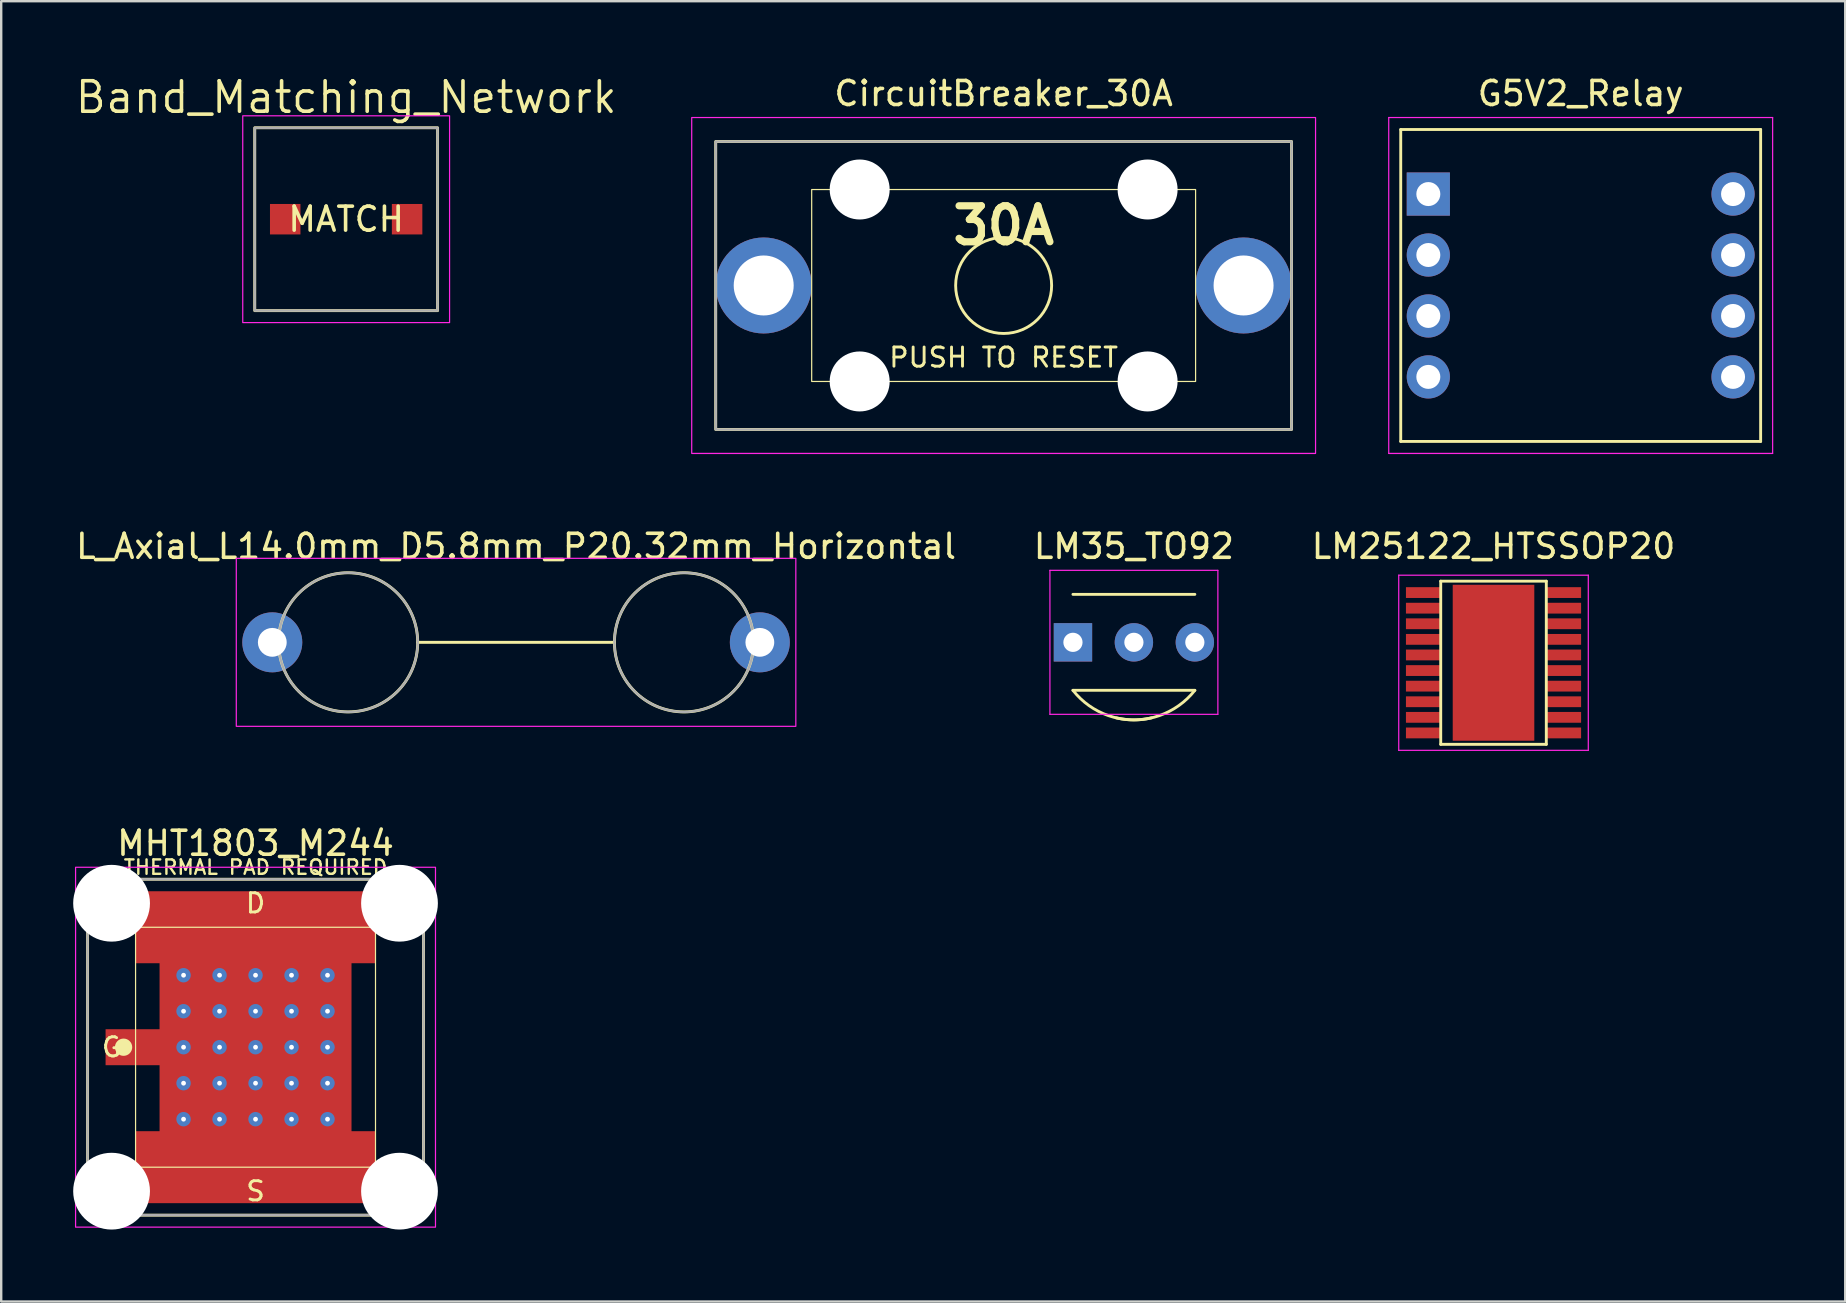
<source format=kicad_pcb>
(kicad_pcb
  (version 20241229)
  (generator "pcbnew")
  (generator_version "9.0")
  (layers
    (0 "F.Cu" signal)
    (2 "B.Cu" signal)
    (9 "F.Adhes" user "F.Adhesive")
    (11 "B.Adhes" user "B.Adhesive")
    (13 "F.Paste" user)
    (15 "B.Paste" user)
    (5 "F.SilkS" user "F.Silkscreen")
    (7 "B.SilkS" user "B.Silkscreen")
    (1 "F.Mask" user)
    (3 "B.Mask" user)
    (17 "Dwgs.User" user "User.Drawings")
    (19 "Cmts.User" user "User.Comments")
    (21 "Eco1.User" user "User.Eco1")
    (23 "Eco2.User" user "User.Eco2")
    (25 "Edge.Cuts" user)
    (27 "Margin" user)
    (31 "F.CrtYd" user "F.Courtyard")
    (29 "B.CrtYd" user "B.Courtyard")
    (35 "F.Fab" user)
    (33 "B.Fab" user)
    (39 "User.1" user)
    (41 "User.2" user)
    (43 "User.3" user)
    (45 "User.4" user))
  (footprint "LM35_TO92"
    (layer "F.Cu")
    (at 44.208 23.721)
    (property "Reference" "LM35_TO92" (at 0 -4 0) (layer "F.SilkS") (effects (font (size 1 1) (thickness 0.15))))
    (attr through_hole)
    (fp_line (start -2.54 -2) (end 2.54 -2) (stroke (width 0.12) (type solid)) (layer "F.SilkS"))
    (fp_line (start -2.54 2) (end 2.54 2) (stroke (width 0.12) (type solid)) (layer "F.SilkS"))
    (fp_arc (start 0.739165 3.147258) (mid -1.067615 3.051524) (end -2.54 2) (stroke (width 0.12) (type solid)) (layer "F.SilkS"))
    (fp_arc (start 2.54 2) (mid 1.067615 3.051524) (end -0.739165 3.147258) (stroke (width 0.12) (type solid)) (layer "F.SilkS"))
    (fp_line (start -3.5 -3) (end 3.5 -3) (stroke (width 0.05) (type solid)) (layer "F.CrtYd"))
    (fp_line (start -3.5 3) (end -3.5 -3) (stroke (width 0.05) (type solid)) (layer "F.CrtYd"))
    (fp_line (start 3.5 -3) (end 3.5 3) (stroke (width 0.05) (type solid)) (layer "F.CrtYd"))
    (fp_line (start 3.5 3) (end -3.5 3) (stroke (width 0.05) (type solid)) (layer "F.CrtYd"))
    (pad "1" thru_hole rect (at -2.54 0) (size 1.6 1.6) (drill 0.8) (layers "*.Cu" "*.Mask"))
    (pad "2" thru_hole circle (at 0 0) (size 1.6 1.6) (drill 0.8) (layers "*.Cu" "*.Mask"))
    (pad "3" thru_hole circle (at 2.54 0) (size 1.6 1.6) (drill 0.8) (layers "*.Cu" "*.Mask")))
  (footprint "CircuitBreaker_30A"
    (layer "F.Cu")
    (at 38.779 8.848)
    (property "Reference" "CircuitBreaker_30A" (at 0 -8 0) (layer "F.SilkS") (effects (font (size 1 1) (thickness 0.15))))
    (attr through_hole)
    (fp_rect (start -12 -6) (end 12 6) (stroke (width 0.12) (type solid)) (fill no) (layer "F.SilkS"))
    (fp_rect (start -8 -4) (end 8 4) (stroke (width 0.05) (type solid)) (fill no) (layer "F.SilkS"))
    (fp_circle (center 0 0) (end 2 0) (stroke (width 0.12) (type solid)) (fill no) (layer "F.SilkS"))
    (fp_rect (start -13 -7) (end 13 7) (stroke (width 0.05) (type solid)) (fill no) (layer "F.CrtYd"))
    (fp_rect (start -12 -6) (end 12 6) (stroke (width 0.1) (type solid)) (fill no) (layer "F.Fab"))
    (fp_text user "30A" (at 0 -2.5 0) (layer "F.SilkS") (effects (font (size 1.5 1.5) (thickness 0.3) (bold yes))))
    (fp_text user "PUSH TO RESET" (at 0 3 0) (layer "F.SilkS") (effects (font (size 0.8 0.8) (thickness 0.12))))
    (pad "" np_thru_hole circle (at -6 -4) (size 2.5 2.5) (drill 2.5) (layers "*.Cu" "*.Mask"))
    (pad "" np_thru_hole circle (at -6 4) (size 2.5 2.5) (drill 2.5) (layers "*.Cu" "*.Mask"))
    (pad "" np_thru_hole circle (at 6 -4) (size 2.5 2.5) (drill 2.5) (layers "*.Cu" "*.Mask"))
    (pad "" np_thru_hole circle (at 6 4) (size 2.5 2.5) (drill 2.5) (layers "*.Cu" "*.Mask"))
    (pad "1" thru_hole circle (at -10 0) (size 4 4) (drill 2.5) (layers "*.Cu" "*.Mask"))
    (pad "2" thru_hole circle (at 10 0) (size 4 4) (drill 2.5) (layers "*.Cu" "*.Mask")))
  (footprint "LM25122_HTSSOP20"
    (layer "F.Cu")
    (at 59.196 24.572)
    (property "Reference" "LM25122_HTSSOP20" (at 0 -4.85 0) (layer "F.SilkS") (effects (font (size 1 1) (thickness 0.15))))
    (attr smd)
    (fp_line (start -2.2 -3.4) (end 2.2 -3.4) (stroke (width 0.12) (type solid)) (layer "F.SilkS"))
    (fp_line (start -2.2 3.4) (end -2.2 -3.4) (stroke (width 0.12) (type solid)) (layer "F.SilkS"))
    (fp_line (start 2.2 -3.4) (end 2.2 3.4) (stroke (width 0.12) (type solid)) (layer "F.SilkS"))
    (fp_line (start 2.2 3.4) (end -2.2 3.4) (stroke (width 0.12) (type solid)) (layer "F.SilkS"))
    (fp_line (start -3.95 -3.65) (end 3.95 -3.65) (stroke (width 0.05) (type solid)) (layer "F.CrtYd"))
    (fp_line (start -3.95 3.65) (end -3.95 -3.65) (stroke (width 0.05) (type solid)) (layer "F.CrtYd"))
    (fp_line (start 3.95 -3.65) (end 3.95 3.65) (stroke (width 0.05) (type solid)) (layer "F.CrtYd"))
    (fp_line (start 3.95 3.65) (end -3.95 3.65) (stroke (width 0.05) (type solid)) (layer "F.CrtYd"))
    (pad "1" smd rect (at -2.925 -2.925) (size 1.45 0.45) (layers "F.Cu" "F.Mask" "F.Paste"))
    (pad "2" smd rect (at -2.925 -2.275) (size 1.45 0.45) (layers "F.Cu" "F.Mask" "F.Paste"))
    (pad "3" smd rect (at -2.925 -1.625) (size 1.45 0.45) (layers "F.Cu" "F.Mask" "F.Paste"))
    (pad "4" smd rect (at -2.925 -0.975) (size 1.45 0.45) (layers "F.Cu" "F.Mask" "F.Paste"))
    (pad "5" smd rect (at -2.925 -0.325) (size 1.45 0.45) (layers "F.Cu" "F.Mask" "F.Paste"))
    (pad "6" smd rect (at -2.925 0.325) (size 1.45 0.45) (layers "F.Cu" "F.Mask" "F.Paste"))
    (pad "7" smd rect (at -2.925 0.975) (size 1.45 0.45) (layers "F.Cu" "F.Mask" "F.Paste"))
    (pad "8" smd rect (at -2.925 1.625) (size 1.45 0.45) (layers "F.Cu" "F.Mask" "F.Paste"))
    (pad "9" smd rect (at -2.925 2.275) (size 1.45 0.45) (layers "F.Cu" "F.Mask" "F.Paste"))
    (pad "10" smd rect (at -2.925 2.925) (size 1.45 0.45) (layers "F.Cu" "F.Mask" "F.Paste"))
    (pad "11" smd rect (at 2.925 2.925) (size 1.45 0.45) (layers "F.Cu" "F.Mask" "F.Paste"))
    (pad "12" smd rect (at 2.925 2.275) (size 1.45 0.45) (layers "F.Cu" "F.Mask" "F.Paste"))
    (pad "13" smd rect (at 2.925 1.625) (size 1.45 0.45) (layers "F.Cu" "F.Mask" "F.Paste"))
    (pad "14" smd rect (at 2.925 0.975) (size 1.45 0.45) (layers "F.Cu" "F.Mask" "F.Paste"))
    (pad "15" smd rect (at 2.925 0.325) (size 1.45 0.45) (layers "F.Cu" "F.Mask" "F.Paste"))
    (pad "16" smd rect (at 2.925 -0.325) (size 1.45 0.45) (layers "F.Cu" "F.Mask" "F.Paste"))
    (pad "17" smd rect (at 2.925 -0.975) (size 1.45 0.45) (layers "F.Cu" "F.Mask" "F.Paste"))
    (pad "18" smd rect (at 2.925 -1.625) (size 1.45 0.45) (layers "F.Cu" "F.Mask" "F.Paste"))
    (pad "19" smd rect (at 2.925 -2.275) (size 1.45 0.45) (layers "F.Cu" "F.Mask" "F.Paste"))
    (pad "20" smd rect (at 2.925 -2.925) (size 1.45 0.45) (layers "F.Cu" "F.Mask" "F.Paste"))
    (pad "21" smd rect (at 0 0) (size 3.4 6.5) (layers "F.Cu" "F.Mask" "F.Paste")))
  (footprint "L_Axial_L14.0mm_D5.8mm_P20.32mm_Horizontal"
    (layer "F.Cu")
    (at 8.298 23.721)
    (property "Reference" "L_Axial_L14.0mm_D5.8mm_P20.32mm_Horizontal" (at 10.16 -4 0) (layer "F.SilkS") (effects (font (size 1 1) (thickness 0.15))))
    (attr through_hole)
    (fp_line (start 6.06 0) (end 14.26 0) (stroke (width 0.12) (type solid)) (layer "F.SilkS"))
    (fp_circle (center 3.16 0) (end 6.06 0) (stroke (width 0.12) (type solid)) (fill no) (layer "F.SilkS"))
    (fp_circle (center 17.16 0) (end 20.06 0) (stroke (width 0.12) (type solid)) (fill no) (layer "F.SilkS"))
    (fp_rect (start -1.5 -3.5) (end 21.82 3.5) (stroke (width 0.05) (type solid)) (fill no) (layer "F.CrtYd"))
    (fp_circle (center 3.16 0) (end 6.06 0) (stroke (width 0.1) (type solid)) (fill no) (layer "F.Fab"))
    (fp_circle (center 17.16 0) (end 20.06 0) (stroke (width 0.1) (type solid)) (fill no) (layer "F.Fab"))
    (pad "1" thru_hole circle (at 0 0) (size 2.5 2.5) (drill 1.2) (layers "*.Cu" "*.Mask"))
    (pad "2" thru_hole circle (at 20.32 0) (size 2.5 2.5) (drill 1.2) (layers "*.Cu" "*.Mask")))
  (footprint "G5V2_Relay"
    (layer "F.Cu")
    (at 62.829 8.848)
    (property "Reference" "G5V2_Relay" (at 0 -8 0) (layer "F.SilkS") (effects (font (size 1 1) (thickness 0.15))))
    (attr through_hole)
    (fp_line (start -7.5 -6.5) (end 7.5 -6.5) (stroke (width 0.12) (type solid)) (layer "F.SilkS"))
    (fp_line (start -7.5 6.5) (end -7.5 -6.5) (stroke (width 0.12) (type solid)) (layer "F.SilkS"))
    (fp_line (start 7.5 -6.5) (end 7.5 6.5) (stroke (width 0.12) (type solid)) (layer "F.SilkS"))
    (fp_line (start 7.5 6.5) (end -7.5 6.5) (stroke (width 0.12) (type solid)) (layer "F.SilkS"))
    (fp_line (start -8 -7) (end 8 -7) (stroke (width 0.05) (type solid)) (layer "F.CrtYd"))
    (fp_line (start -8 7) (end -8 -7) (stroke (width 0.05) (type solid)) (layer "F.CrtYd"))
    (fp_line (start 8 -7) (end 8 7) (stroke (width 0.05) (type solid)) (layer "F.CrtYd"))
    (fp_line (start 8 7) (end -8 7) (stroke (width 0.05) (type solid)) (layer "F.CrtYd"))
    (pad "1" thru_hole rect (at -6.35 -3.81) (size 1.8 1.8) (drill 1) (layers "*.Cu" "*.Mask"))
    (pad "2" thru_hole circle (at -6.35 -1.27) (size 1.8 1.8) (drill 1) (layers "*.Cu" "*.Mask"))
    (pad "3" thru_hole circle (at -6.35 1.27) (size 1.8 1.8) (drill 1) (layers "*.Cu" "*.Mask"))
    (pad "4" thru_hole circle (at -6.35 3.81) (size 1.8 1.8) (drill 1) (layers "*.Cu" "*.Mask"))
    (pad "5" thru_hole circle (at 6.35 3.81) (size 1.8 1.8) (drill 1) (layers "*.Cu" "*.Mask"))
    (pad "6" thru_hole circle (at 6.35 1.27) (size 1.8 1.8) (drill 1) (layers "*.Cu" "*.Mask"))
    (pad "7" thru_hole circle (at 6.35 -1.27) (size 1.8 1.8) (drill 1) (layers "*.Cu" "*.Mask"))
    (pad "8" thru_hole circle (at 6.35 -3.81) (size 1.8 1.8) (drill 1) (layers "*.Cu" "*.Mask")))
  (footprint "Band_Matching_Network"
    (layer "F.Cu")
    (at 11.377 6.086)
    (property "Reference" "Band_Matching_Network" (at 0 -5.08 0) (layer "F.SilkS") (effects (font (size 1.27 1.27) (thickness 0.15))))
    (attr smd)
    (fp_rect (start -3.81 -3.81) (end 3.81 3.81) (stroke (width 0.12) (type solid)) (fill no) (layer "F.SilkS"))
    (fp_rect (start -4.31 -4.31) (end 4.31 4.31) (stroke (width 0.05) (type solid)) (fill no) (layer "F.CrtYd"))
    (fp_rect (start -3.81 -3.81) (end 3.81 3.81) (stroke (width 0.1) (type solid)) (fill no) (layer "F.Fab"))
    (fp_text user "MATCH" (at 0 0 0) (layer "F.SilkS") (effects (font (size 1 1) (thickness 0.15))))
    (pad "1" smd rect (at -2.54 0) (size 1.27 1.27) (layers "F.Cu" "F.Mask" "F.Paste"))
    (pad "2" smd rect (at 2.54 0) (size 1.27 1.27) (layers "F.Cu" "F.Mask" "F.Paste")))
  (footprint "MHT1803_M244"
    (layer "F.Cu")
    (at 7.6 40.595)
    (property "Reference" "MHT1803_M244" (at 0 -8.5 0) (layer "F.SilkS") (effects (font (size 1 1) (thickness 0.15))))
    (attr smd)
    (fp_rect (start -7 -7) (end 7 7) (stroke (width 0.12) (type solid)) (fill no) (layer "F.SilkS"))
    (fp_rect (start -5 -5) (end 5 5) (stroke (width 0.05) (type solid)) (fill no) (layer "F.SilkS"))
    (fp_circle (center -5.5 0) (end -5.2 0) (stroke (width 0.12) (type solid)) (fill yes) (layer "F.SilkS"))
    (fp_rect (start -7.5 -7.5) (end 7.5 7.5) (stroke (width 0.05) (type solid)) (fill no) (layer "F.CrtYd"))
    (fp_rect (start -7 -7) (end 7 7) (stroke (width 0.1) (type solid)) (fill no) (layer "F.Fab"))
    (fp_text user "D" (at 0 -6 0) (layer "F.SilkS") (effects (font (size 0.8 0.8) (thickness 0.12))))
    (fp_text user "S" (at 0 6 0) (layer "F.SilkS") (effects (font (size 0.8 0.8) (thickness 0.12))))
    (fp_text user "THERMAL PAD REQUIRED" (at 0 -7.5 0) (layer "F.SilkS") (effects (font (size 0.6 0.6) (thickness 0.1))))
    (fp_text user "G" (at -6 0 0) (layer "F.SilkS") (effects (font (size 0.8 0.8) (thickness 0.12))))
    (pad "" np_thru_hole circle (at -6 -6) (size 3.2 3.2) (drill 3.2) (layers "*.Cu" "*.Mask"))
    (pad "" np_thru_hole circle (at -6 6) (size 3.2 3.2) (drill 3.2) (layers "*.Cu" "*.Mask"))
    (pad "" thru_hole circle (at -3 -3) (size 0.6 0.6) (drill 0.2) (layers "*.Cu") (remove_unused_layers yes) (keep_end_layers yes) (zone_layer_connections))
    (pad "" thru_hole circle (at -3 -1.5) (size 0.6 0.6) (drill 0.2) (layers "*.Cu") (remove_unused_layers yes) (keep_end_layers yes) (zone_layer_connections))
    (pad "" thru_hole circle (at -3 0) (size 0.6 0.6) (drill 0.2) (layers "*.Cu") (remove_unused_layers yes) (keep_end_layers yes) (zone_layer_connections))
    (pad "" thru_hole circle (at -3 1.5) (size 0.6 0.6) (drill 0.2) (layers "*.Cu") (remove_unused_layers yes) (keep_end_layers yes) (zone_layer_connections))
    (pad "" thru_hole circle (at -3 3) (size 0.6 0.6) (drill 0.2) (layers "*.Cu") (remove_unused_layers yes) (keep_end_layers yes) (zone_layer_connections))
    (pad "" thru_hole circle (at -1.5 -3) (size 0.6 0.6) (drill 0.2) (layers "*.Cu") (remove_unused_layers yes) (keep_end_layers yes) (zone_layer_connections))
    (pad "" thru_hole circle (at -1.5 -1.5) (size 0.6 0.6) (drill 0.2) (layers "*.Cu") (remove_unused_layers yes) (keep_end_layers yes) (zone_layer_connections))
    (pad "" thru_hole circle (at -1.5 0) (size 0.6 0.6) (drill 0.2) (layers "*.Cu") (remove_unused_layers yes) (keep_end_layers yes) (zone_layer_connections))
    (pad "" thru_hole circle (at -1.5 1.5) (size 0.6 0.6) (drill 0.2) (layers "*.Cu") (remove_unused_layers yes) (keep_end_layers yes) (zone_layer_connections))
    (pad "" thru_hole circle (at -1.5 3) (size 0.6 0.6) (drill 0.2) (layers "*.Cu") (remove_unused_layers yes) (keep_end_layers yes) (zone_layer_connections))
    (pad "" thru_hole circle (at 0 -3) (size 0.6 0.6) (drill 0.2) (layers "*.Cu") (remove_unused_layers yes) (keep_end_layers yes) (zone_layer_connections))
    (pad "" thru_hole circle (at 0 -1.5) (size 0.6 0.6) (drill 0.2) (layers "*.Cu") (remove_unused_layers yes) (keep_end_layers yes) (zone_layer_connections))
    (pad "" thru_hole circle (at 0 0) (size 0.6 0.6) (drill 0.2) (layers "*.Cu") (remove_unused_layers yes) (keep_end_layers yes) (zone_layer_connections))
    (pad "" thru_hole circle (at 0 1.5) (size 0.6 0.6) (drill 0.2) (layers "*.Cu") (remove_unused_layers yes) (keep_end_layers yes) (zone_layer_connections))
    (pad "" thru_hole circle (at 0 3) (size 0.6 0.6) (drill 0.2) (layers "*.Cu") (remove_unused_layers yes) (keep_end_layers yes) (zone_layer_connections))
    (pad "" thru_hole circle (at 1.5 -3) (size 0.6 0.6) (drill 0.2) (layers "*.Cu") (remove_unused_layers yes) (keep_end_layers yes) (zone_layer_connections))
    (pad "" thru_hole circle (at 1.5 -1.5) (size 0.6 0.6) (drill 0.2) (layers "*.Cu") (remove_unused_layers yes) (keep_end_layers yes) (zone_layer_connections))
    (pad "" thru_hole circle (at 1.5 0) (size 0.6 0.6) (drill 0.2) (layers "*.Cu") (remove_unused_layers yes) (keep_end_layers yes) (zone_layer_connections))
    (pad "" thru_hole circle (at 1.5 1.5) (size 0.6 0.6) (drill 0.2) (layers "*.Cu") (remove_unused_layers yes) (keep_end_layers yes) (zone_layer_connections))
    (pad "" thru_hole circle (at 1.5 3) (size 0.6 0.6) (drill 0.2) (layers "*.Cu") (remove_unused_layers yes) (keep_end_layers yes) (zone_layer_connections))
    (pad "" thru_hole circle (at 3 -3) (size 0.6 0.6) (drill 0.2) (layers "*.Cu") (remove_unused_layers yes) (keep_end_layers yes) (zone_layer_connections))
    (pad "" thru_hole circle (at 3 -1.5) (size 0.6 0.6) (drill 0.2) (layers "*.Cu") (remove_unused_layers yes) (keep_end_layers yes) (zone_layer_connections))
    (pad "" thru_hole circle (at 3 0) (size 0.6 0.6) (drill 0.2) (layers "*.Cu") (remove_unused_layers yes) (keep_end_layers yes) (zone_layer_connections))
    (pad "" thru_hole circle (at 3 1.5) (size 0.6 0.6) (drill 0.2) (layers "*.Cu") (remove_unused_layers yes) (keep_end_layers yes) (zone_layer_connections))
    (pad "" thru_hole circle (at 3 3) (size 0.6 0.6) (drill 0.2) (layers "*.Cu") (remove_unused_layers yes) (keep_end_layers yes) (zone_layer_connections))
    (pad "" np_thru_hole circle (at 6 -6) (size 3.2 3.2) (drill 3.2) (layers "*.Cu" "*.Mask"))
    (pad "" np_thru_hole circle (at 6 6) (size 3.2 3.2) (drill 3.2) (layers "*.Cu" "*.Mask"))
    (pad "1" smd rect (at -5 0) (size 2.5 1.5) (layers "F.Cu" "F.Mask" "F.Paste"))
    (pad "2" smd rect (at 0 5) (size 10 3) (layers "F.Cu" "F.Mask" "F.Paste"))
    (pad "3" smd rect (at 0 -5) (size 10 3) (layers "F.Cu" "F.Mask" "F.Paste"))
    (pad "4" smd rect (at 0 0) (size 8 8) (layers "F.Cu" "F.Mask")))
  (gr_rect
    (start -3 -3)
    (end 73.854 51.195)
    (stroke (width 0.1) (type default))
    (fill no)
    (layer "Edge.Cuts")))
</source>
